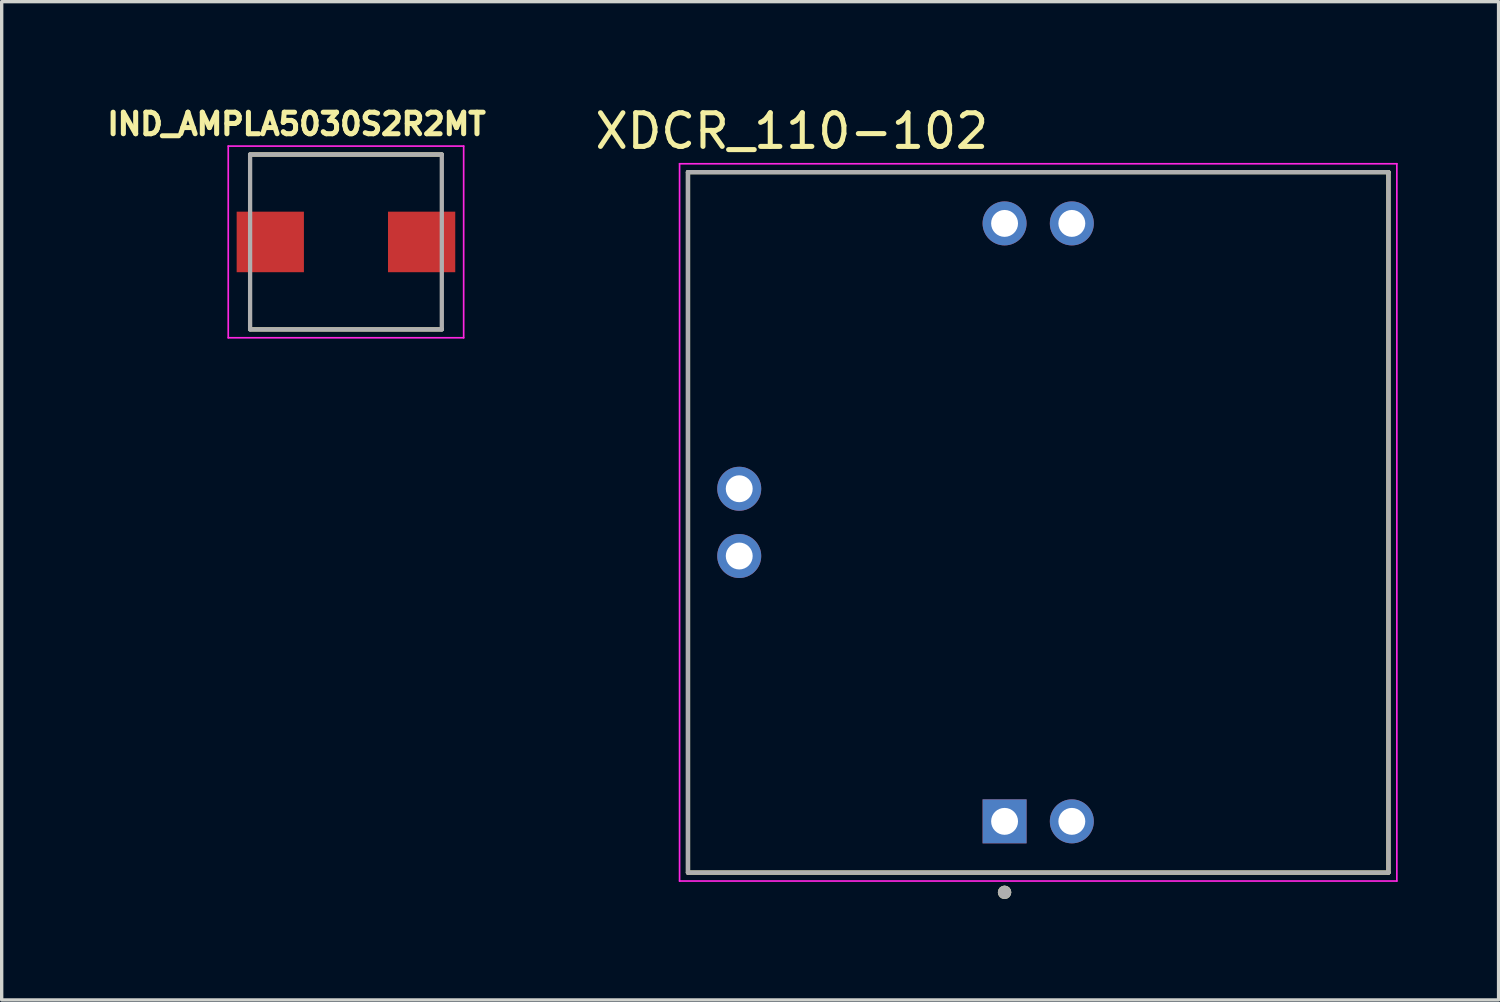
<source format=kicad_pcb>
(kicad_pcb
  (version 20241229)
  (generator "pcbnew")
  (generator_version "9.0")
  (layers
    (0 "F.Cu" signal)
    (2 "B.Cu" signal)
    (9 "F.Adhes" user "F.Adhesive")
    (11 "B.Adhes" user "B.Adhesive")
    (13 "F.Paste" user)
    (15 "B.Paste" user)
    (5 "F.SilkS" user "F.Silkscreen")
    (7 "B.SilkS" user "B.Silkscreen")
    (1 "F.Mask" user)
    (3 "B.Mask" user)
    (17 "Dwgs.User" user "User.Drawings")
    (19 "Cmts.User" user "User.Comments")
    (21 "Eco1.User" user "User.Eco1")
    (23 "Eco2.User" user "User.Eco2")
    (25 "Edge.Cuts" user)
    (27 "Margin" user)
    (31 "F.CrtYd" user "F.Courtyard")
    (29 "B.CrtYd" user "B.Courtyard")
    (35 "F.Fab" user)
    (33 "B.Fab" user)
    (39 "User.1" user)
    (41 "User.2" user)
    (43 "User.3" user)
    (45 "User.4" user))
  (footprint "IND_AMPLA5030S2R2MT"
    (layer "F.Cu")
    (at 7.237 4.144)
    (property "Reference" "IND_AMPLA5030S2R2MT" (at -1.468 -3.506 0) (layer "F.SilkS") (effects (font (size 0.64 0.64) (thickness 0.15))))
    (attr through_hole)
    (fp_line (start -2.85 -2.6) (end 2.85 -2.6) (stroke (width 0.127) (type solid)) (layer "F.SilkS"))
    (fp_line (start -2.85 2.6) (end 2.85 2.6) (stroke (width 0.127) (type solid)) (layer "F.SilkS"))
    (fp_line (start -3.5 -2.85) (end -3.5 2.85) (stroke (width 0.05) (type solid)) (layer "F.CrtYd"))
    (fp_line (start -3.5 2.85) (end 3.5 2.85) (stroke (width 0.05) (type solid)) (layer "F.CrtYd"))
    (fp_line (start 3.5 -2.85) (end -3.5 -2.85) (stroke (width 0.05) (type solid)) (layer "F.CrtYd"))
    (fp_line (start 3.5 2.85) (end 3.5 -2.85) (stroke (width 0.05) (type solid)) (layer "F.CrtYd"))
    (fp_line (start -2.85 -2.6) (end -2.85 2.6) (stroke (width 0.127) (type solid)) (layer "F.Fab"))
    (fp_line (start -2.85 -2.6) (end 2.85 -2.6) (stroke (width 0.127) (type solid)) (layer "F.Fab"))
    (fp_line (start -2.85 2.6) (end 2.85 2.6) (stroke (width 0.127) (type solid)) (layer "F.Fab"))
    (fp_line (start 2.85 -2.6) (end 2.85 2.6) (stroke (width 0.127) (type solid)) (layer "F.Fab"))
    (pad "1" smd rect (at -2.25 0) (size 2 1.8) (layers "F.Cu" "F.Mask" "F.Paste"))
    (pad "2" smd rect (at 2.25 0) (size 2 1.8) (layers "F.Cu" "F.Mask" "F.Paste")))
  (footprint "XDCR_110-102"
    (layer "F.Cu")
    (at 27.821 12.483)
    (property "Reference" "XDCR_110-102" (at -7.325 -11.635 0) (layer "F.SilkS") (effects (font (size 1 1) (thickness 0.15))))
    (attr through_hole)
    (fp_line (start -10.414 -10.414) (end -10.414 10.414) (stroke (width 0.127) (type solid)) (layer "F.SilkS"))
    (fp_line (start -10.414 10.414) (end 10.414 10.414) (stroke (width 0.127) (type solid)) (layer "F.SilkS"))
    (fp_line (start 10.414 -10.414) (end -10.414 -10.414) (stroke (width 0.127) (type solid)) (layer "F.SilkS"))
    (fp_line (start 10.414 10.414) (end 10.414 -10.414) (stroke (width 0.127) (type solid)) (layer "F.SilkS"))
    (fp_circle (center -1 11) (end -0.9 11) (stroke (width 0.2) (type solid)) (fill no) (layer "F.SilkS"))
    (fp_line (start -10.664 -10.664) (end -10.664 10.664) (stroke (width 0.05) (type solid)) (layer "F.CrtYd"))
    (fp_line (start -10.664 10.664) (end 10.664 10.664) (stroke (width 0.05) (type solid)) (layer "F.CrtYd"))
    (fp_line (start 10.664 -10.664) (end -10.664 -10.664) (stroke (width 0.05) (type solid)) (layer "F.CrtYd"))
    (fp_line (start 10.664 10.664) (end 10.664 -10.664) (stroke (width 0.05) (type solid)) (layer "F.CrtYd"))
    (fp_line (start -10.414 -10.414) (end -10.414 10.414) (stroke (width 0.127) (type solid)) (layer "F.Fab"))
    (fp_line (start -10.414 10.414) (end 10.414 10.414) (stroke (width 0.127) (type solid)) (layer "F.Fab"))
    (fp_line (start 10.414 -10.414) (end -10.414 -10.414) (stroke (width 0.127) (type solid)) (layer "F.Fab"))
    (fp_line (start 10.414 10.414) (end 10.414 -10.414) (stroke (width 0.127) (type solid)) (layer "F.Fab"))
    (fp_circle (center -1 11) (end -0.9 11) (stroke (width 0.2) (type solid)) (fill no) (layer "F.Fab"))
    (pad "1" thru_hole rect (at -1 8.89) (size 1.308 1.308) (drill 0.8) (layers "*.Cu" "*.Mask"))
    (pad "2" thru_hole circle (at -8.89 1) (size 1.308 1.308) (drill 0.8) (layers "*.Cu" "*.Mask"))
    (pad "3" thru_hole circle (at -8.89 -1) (size 1.308 1.308) (drill 0.8) (layers "*.Cu" "*.Mask"))
    (pad "4" thru_hole circle (at -1 -8.89) (size 1.308 1.308) (drill 0.8) (layers "*.Cu" "*.Mask"))
    (pad "5" thru_hole circle (at 1 -8.89) (size 1.308 1.308) (drill 0.8) (layers "*.Cu" "*.Mask"))
    (pad "6" thru_hole circle (at 1 8.89) (size 1.308 1.308) (drill 0.8) (layers "*.Cu" "*.Mask"))
    (zone (net_name "") (layer "F.Cu") (hatch full 0.508) (connect_pads) (min_thickness 0.01) (filled_areas_thickness no) (keepout (tracks not_allowed) (vias not_allowed) (pads not_allowed) (copperpour not_allowed) (footprints allowed)) (placement (enabled no)) (fill) (polygon (pts (xy 21.766 8.248) (xy 21.861 8.246) (xy 21.956 8.238) (xy 22.051 8.226) (xy 22.144 8.208) (xy 22.237 8.186) (xy 22.328 8.159) (xy 22.418 8.127) (xy 22.506 8.091) (xy 22.592 8.05) (xy 22.676 8.004) (xy 22.757 7.954) (xy 22.836 7.9) (xy 22.911 7.842) (xy 22.984 7.781) (xy 23.053 7.715) (xy 23.119 7.646) (xy 23.18 7.573) (xy 23.238 7.498) (xy 23.292 7.419) (xy 23.342 7.338) (xy 23.388 7.254) (xy 23.429 7.168) (xy 23.465 7.08) (xy 23.497 6.99) (xy 23.524 6.899) (xy 23.546 6.806) (xy 23.564 6.713) (xy 23.576 6.618) (xy 23.584 6.523) (xy 23.586 6.428) (xy 23.588 6.333) (xy 23.596 6.238) (xy 23.608 6.143) (xy 23.626 6.05) (xy 23.648 5.957) (xy 23.675 5.866) (xy 23.707 5.776) (xy 23.743 5.688) (xy 23.784 5.602) (xy 23.83 5.518) (xy 23.88 5.437) (xy 23.934 5.358) (xy 23.992 5.283) (xy 24.053 5.21) (xy 24.119 5.141) (xy 24.188 5.075) (xy 24.261 5.014) (xy 24.336 4.956) (xy 24.415 4.902) (xy 24.496 4.852) (xy 24.58 4.806) (xy 24.666 4.765) (xy 24.754 4.729) (xy 24.844 4.697) (xy 24.935 4.67) (xy 25.028 4.648) (xy 25.121 4.63) (xy 25.216 4.618) (xy 25.311 4.61) (xy 25.406 4.608) (xy 30.236 4.608) (xy 30.331 4.61) (xy 30.426 4.618) (xy 30.521 4.63) (xy 30.614 4.648) (xy 30.707 4.67) (xy 30.798 4.697) (xy 30.888 4.729) (xy 30.976 4.765) (xy 31.062 4.806) (xy 31.146 4.852) (xy 31.227 4.902) (xy 31.306 4.956) (xy 31.381 5.014) (xy 31.454 5.075) (xy 31.523 5.141) (xy 31.589 5.21) (xy 31.65 5.283) (xy 31.708 5.358) (xy 31.762 5.437) (xy 31.812 5.518) (xy 31.858 5.602) (xy 31.899 5.688) (xy 31.935 5.776) (xy 31.967 5.866) (xy 31.994 5.957) (xy 32.016 6.05) (xy 32.034 6.143) (xy 32.046 6.238) (xy 32.054 6.333) (xy 32.056 6.428) (xy 32.058 6.523) (xy 32.066 6.618) (xy 32.078 6.713) (xy 32.096 6.806) (xy 32.118 6.899) (xy 32.145 6.99) (xy 32.177 7.08) (xy 32.213 7.168) (xy 32.254 7.254) (xy 32.3 7.338) (xy 32.35 7.419) (xy 32.404 7.498) (xy 32.462 7.573) (xy 32.523 7.646) (xy 32.589 7.715) (xy 32.658 7.781) (xy 32.731 7.842) (xy 32.806 7.9) (xy 32.885 7.954) (xy 32.966 8.004) (xy 33.05 8.05) (xy 33.136 8.091) (xy 33.224 8.127) (xy 33.314 8.159) (xy 33.405 8.186) (xy 33.498 8.208) (xy 33.591 8.226) (xy 33.686 8.238) (xy 33.781 8.246) (xy 33.876 8.248) (xy 33.971 8.25) (xy 34.066 8.258) (xy 34.161 8.27) (xy 34.254 8.288) (xy 34.347 8.31) (xy 34.438 8.337) (xy 34.528 8.369) (xy 34.616 8.405) (xy 34.702 8.446) (xy 34.786 8.492) (xy 34.867 8.542) (xy 34.946 8.596) (xy 35.021 8.654) (xy 35.094 8.715) (xy 35.163 8.781) (xy 35.229 8.85) (xy 35.29 8.923) (xy 35.348 8.998) (xy 35.402 9.077) (xy 35.452 9.158) (xy 35.498 9.242) (xy 35.539 9.328) (xy 35.575 9.416) (xy 35.607 9.506) (xy 35.634 9.597) (xy 35.656 9.69) (xy 35.674 9.783) (xy 35.686 9.878) (xy 35.694 9.973) (xy 35.696 10.068) (xy 35.696 14.898) (xy 35.694 14.993) (xy 35.686 15.088) (xy 35.674 15.183) (xy 35.656 15.276) (xy 35.634 15.369) (xy 35.607 15.46) (xy 35.575 15.55) (xy 35.539 15.638) (xy 35.498 15.724) (xy 35.452 15.808) (xy 35.402 15.889) (xy 35.348 15.968) (xy 35.29 16.043) (xy 35.229 16.116) (xy 35.163 16.185) (xy 35.094 16.251) (xy 35.021 16.312) (xy 34.946 16.37) (xy 34.867 16.424) (xy 34.786 16.474) (xy 34.702 16.52) (xy 34.616 16.561) (xy 34.528 16.597) (xy 34.438 16.629) (xy 34.347 16.656) (xy 34.254 16.678) (xy 34.161 16.696) (xy 34.066 16.708) (xy 33.971 16.716) (xy 33.876 16.718) (xy 33.781 16.72) (xy 33.686 16.728) (xy 33.591 16.74) (xy 33.498 16.758) (xy 33.405 16.78) (xy 33.314 16.807) (xy 33.224 16.839) (xy 33.136 16.875) (xy 33.05 16.916) (xy 32.966 16.962) (xy 32.885 17.012) (xy 32.806 17.066) (xy 32.731 17.124) (xy 32.658 17.185) (xy 32.589 17.251) (xy 32.523 17.32) (xy 32.462 17.393) (xy 32.404 17.468) (xy 32.35 17.547) (xy 32.3 17.628) (xy 32.254 17.712) (xy 32.213 17.798) (xy 32.177 17.886) (xy 32.145 17.976) (xy 32.118 18.067) (xy 32.096 18.16) (xy 32.078 18.253) (xy 32.066 18.348) (xy 32.058 18.443) (xy 32.056 18.538) (xy 32.054 18.633) (xy 32.046 18.728) (xy 32.034 18.823) (xy 32.016 18.916) (xy 31.994 19.009) (xy 31.967 19.1) (xy 31.935 19.19) (xy 31.899 19.278) (xy 31.858 19.364) (xy 31.812 19.448) (xy 31.762 19.529) (xy 31.708 19.608) (xy 31.65 19.683) (xy 31.589 19.756) (xy 31.523 19.825) (xy 31.454 19.891) (xy 31.381 19.952) (xy 31.306 20.01) (xy 31.227 20.064) (xy 31.146 20.114) (xy 31.062 20.16) (xy 30.976 20.201) (xy 30.888 20.237) (xy 30.798 20.269) (xy 30.707 20.296) (xy 30.614 20.318) (xy 30.521 20.336) (xy 30.426 20.348) (xy 30.331 20.356) (xy 30.236 20.358) (xy 25.406 20.358) (xy 25.311 20.356) (xy 25.216 20.348) (xy 25.121 20.336) (xy 25.028 20.318) (xy 24.935 20.296) (xy 24.844 20.269) (xy 24.754 20.237) (xy 24.666 20.201) (xy 24.58 20.16) (xy 24.496 20.114) (xy 24.415 20.064) (xy 24.336 20.01) (xy 24.261 19.952) (xy 24.188 19.891) (xy 24.119 19.825) (xy 24.053 19.756) (xy 23.992 19.683) (xy 23.934 19.608) (xy 23.88 19.529) (xy 23.83 19.448) (xy 23.784 19.364) (xy 23.743 19.278) (xy 23.707 19.19) (xy 23.675 19.1) (xy 23.648 19.009) (xy 23.626 18.916) (xy 23.608 18.823) (xy 23.596 18.728) (xy 23.588 18.633) (xy 23.586 18.538) (xy 23.584 18.443) (xy 23.576 18.348) (xy 23.564 18.253) (xy 23.546 18.16) (xy 23.524 18.067) (xy 23.497 17.976) (xy 23.465 17.886) (xy 23.429 17.798) (xy 23.388 17.712) (xy 23.342 17.628) (xy 23.292 17.547) (xy 23.238 17.468) (xy 23.18 17.393) (xy 23.119 17.32) (xy 23.053 17.251) (xy 22.984 17.185) (xy 22.911 17.124) (xy 22.836 17.066) (xy 22.757 17.012) (xy 22.676 16.962) (xy 22.592 16.916) (xy 22.506 16.875) (xy 22.418 16.839) (xy 22.328 16.807) (xy 22.237 16.78) (xy 22.144 16.758) (xy 22.051 16.74) (xy 21.956 16.728) (xy 21.861 16.72) (xy 21.766 16.718) (xy 21.671 16.716) (xy 21.576 16.708) (xy 21.481 16.696) (xy 21.388 16.678) (xy 21.295 16.656) (xy 21.204 16.629) (xy 21.114 16.597) (xy 21.026 16.561) (xy 20.94 16.52) (xy 20.856 16.474) (xy 20.775 16.424) (xy 20.696 16.37) (xy 20.621 16.312) (xy 20.548 16.251) (xy 20.479 16.185) (xy 20.413 16.116) (xy 20.352 16.043) (xy 20.294 15.968) (xy 20.24 15.889) (xy 20.19 15.808) (xy 20.144 15.724) (xy 20.103 15.638) (xy 20.067 15.55) (xy 20.035 15.46) (xy 20.008 15.369) (xy 19.986 15.276) (xy 19.968 15.183) (xy 19.956 15.088) (xy 19.948 14.993) (xy 19.946 14.898) (xy 19.946 10.068) (xy 19.948 9.973) (xy 19.956 9.878) (xy 19.968 9.783) (xy 19.986 9.69) (xy 20.008 9.597) (xy 20.035 9.506) (xy 20.067 9.416) (xy 20.103 9.328) (xy 20.144 9.242) (xy 20.19 9.158) (xy 20.24 9.077) (xy 20.294 8.998) (xy 20.352 8.923) (xy 20.413 8.85) (xy 20.479 8.781) (xy 20.548 8.715) (xy 20.621 8.654) (xy 20.696 8.596) (xy 20.775 8.542) (xy 20.856 8.492) (xy 20.94 8.446) (xy 21.026 8.405) (xy 21.114 8.369) (xy 21.204 8.337) (xy 21.295 8.31) (xy 21.388 8.288) (xy 21.481 8.27) (xy 21.576 8.258) (xy 21.671 8.25))))
    (zone (net_name "") (layers "F.Cu" "B.Cu") (hatch full 0.508) (connect_pads) (min_thickness 0.01) (filled_areas_thickness no) (keepout (tracks allowed) (vias not_allowed) (pads allowed) (copperpour allowed) (footprints allowed)) (placement (enabled no)) (fill) (polygon (pts (xy 21.766 8.248) (xy 21.861 8.246) (xy 21.956 8.238) (xy 22.051 8.226) (xy 22.144 8.208) (xy 22.237 8.186) (xy 22.328 8.159) (xy 22.418 8.127) (xy 22.506 8.091) (xy 22.592 8.05) (xy 22.676 8.004) (xy 22.757 7.954) (xy 22.836 7.9) (xy 22.911 7.842) (xy 22.984 7.781) (xy 23.053 7.715) (xy 23.119 7.646) (xy 23.18 7.573) (xy 23.238 7.498) (xy 23.292 7.419) (xy 23.342 7.338) (xy 23.388 7.254) (xy 23.429 7.168) (xy 23.465 7.08) (xy 23.497 6.99) (xy 23.524 6.899) (xy 23.546 6.806) (xy 23.564 6.713) (xy 23.576 6.618) (xy 23.584 6.523) (xy 23.586 6.428) (xy 23.588 6.333) (xy 23.596 6.238) (xy 23.608 6.143) (xy 23.626 6.05) (xy 23.648 5.957) (xy 23.675 5.866) (xy 23.707 5.776) (xy 23.743 5.688) (xy 23.784 5.602) (xy 23.83 5.518) (xy 23.88 5.437) (xy 23.934 5.358) (xy 23.992 5.283) (xy 24.053 5.21) (xy 24.119 5.141) (xy 24.188 5.075) (xy 24.261 5.014) (xy 24.336 4.956) (xy 24.415 4.902) (xy 24.496 4.852) (xy 24.58 4.806) (xy 24.666 4.765) (xy 24.754 4.729) (xy 24.844 4.697) (xy 24.935 4.67) (xy 25.028 4.648) (xy 25.121 4.63) (xy 25.216 4.618) (xy 25.311 4.61) (xy 25.406 4.608) (xy 30.236 4.608) (xy 30.331 4.61) (xy 30.426 4.618) (xy 30.521 4.63) (xy 30.614 4.648) (xy 30.707 4.67) (xy 30.798 4.697) (xy 30.888 4.729) (xy 30.976 4.765) (xy 31.062 4.806) (xy 31.146 4.852) (xy 31.227 4.902) (xy 31.306 4.956) (xy 31.381 5.014) (xy 31.454 5.075) (xy 31.523 5.141) (xy 31.589 5.21) (xy 31.65 5.283) (xy 31.708 5.358) (xy 31.762 5.437) (xy 31.812 5.518) (xy 31.858 5.602) (xy 31.899 5.688) (xy 31.935 5.776) (xy 31.967 5.866) (xy 31.994 5.957) (xy 32.016 6.05) (xy 32.034 6.143) (xy 32.046 6.238) (xy 32.054 6.333) (xy 32.056 6.428) (xy 32.058 6.523) (xy 32.066 6.618) (xy 32.078 6.713) (xy 32.096 6.806) (xy 32.118 6.899) (xy 32.145 6.99) (xy 32.177 7.08) (xy 32.213 7.168) (xy 32.254 7.254) (xy 32.3 7.338) (xy 32.35 7.419) (xy 32.404 7.498) (xy 32.462 7.573) (xy 32.523 7.646) (xy 32.589 7.715) (xy 32.658 7.781) (xy 32.731 7.842) (xy 32.806 7.9) (xy 32.885 7.954) (xy 32.966 8.004) (xy 33.05 8.05) (xy 33.136 8.091) (xy 33.224 8.127) (xy 33.314 8.159) (xy 33.405 8.186) (xy 33.498 8.208) (xy 33.591 8.226) (xy 33.686 8.238) (xy 33.781 8.246) (xy 33.876 8.248) (xy 33.971 8.25) (xy 34.066 8.258) (xy 34.161 8.27) (xy 34.254 8.288) (xy 34.347 8.31) (xy 34.438 8.337) (xy 34.528 8.369) (xy 34.616 8.405) (xy 34.702 8.446) (xy 34.786 8.492) (xy 34.867 8.542) (xy 34.946 8.596) (xy 35.021 8.654) (xy 35.094 8.715) (xy 35.163 8.781) (xy 35.229 8.85) (xy 35.29 8.923) (xy 35.348 8.998) (xy 35.402 9.077) (xy 35.452 9.158) (xy 35.498 9.242) (xy 35.539 9.328) (xy 35.575 9.416) (xy 35.607 9.506) (xy 35.634 9.597) (xy 35.656 9.69) (xy 35.674 9.783) (xy 35.686 9.878) (xy 35.694 9.973) (xy 35.696 10.068) (xy 35.696 14.898) (xy 35.694 14.993) (xy 35.686 15.088) (xy 35.674 15.183) (xy 35.656 15.276) (xy 35.634 15.369) (xy 35.607 15.46) (xy 35.575 15.55) (xy 35.539 15.638) (xy 35.498 15.724) (xy 35.452 15.808) (xy 35.402 15.889) (xy 35.348 15.968) (xy 35.29 16.043) (xy 35.229 16.116) (xy 35.163 16.185) (xy 35.094 16.251) (xy 35.021 16.312) (xy 34.946 16.37) (xy 34.867 16.424) (xy 34.786 16.474) (xy 34.702 16.52) (xy 34.616 16.561) (xy 34.528 16.597) (xy 34.438 16.629) (xy 34.347 16.656) (xy 34.254 16.678) (xy 34.161 16.696) (xy 34.066 16.708) (xy 33.971 16.716) (xy 33.876 16.718) (xy 33.781 16.72) (xy 33.686 16.728) (xy 33.591 16.74) (xy 33.498 16.758) (xy 33.405 16.78) (xy 33.314 16.807) (xy 33.224 16.839) (xy 33.136 16.875) (xy 33.05 16.916) (xy 32.966 16.962) (xy 32.885 17.012) (xy 32.806 17.066) (xy 32.731 17.124) (xy 32.658 17.185) (xy 32.589 17.251) (xy 32.523 17.32) (xy 32.462 17.393) (xy 32.404 17.468) (xy 32.35 17.547) (xy 32.3 17.628) (xy 32.254 17.712) (xy 32.213 17.798) (xy 32.177 17.886) (xy 32.145 17.976) (xy 32.118 18.067) (xy 32.096 18.16) (xy 32.078 18.253) (xy 32.066 18.348) (xy 32.058 18.443) (xy 32.056 18.538) (xy 32.054 18.633) (xy 32.046 18.728) (xy 32.034 18.823) (xy 32.016 18.916) (xy 31.994 19.009) (xy 31.967 19.1) (xy 31.935 19.19) (xy 31.899 19.278) (xy 31.858 19.364) (xy 31.812 19.448) (xy 31.762 19.529) (xy 31.708 19.608) (xy 31.65 19.683) (xy 31.589 19.756) (xy 31.523 19.825) (xy 31.454 19.891) (xy 31.381 19.952) (xy 31.306 20.01) (xy 31.227 20.064) (xy 31.146 20.114) (xy 31.062 20.16) (xy 30.976 20.201) (xy 30.888 20.237) (xy 30.798 20.269) (xy 30.707 20.296) (xy 30.614 20.318) (xy 30.521 20.336) (xy 30.426 20.348) (xy 30.331 20.356) (xy 30.236 20.358) (xy 25.406 20.358) (xy 25.311 20.356) (xy 25.216 20.348) (xy 25.121 20.336) (xy 25.028 20.318) (xy 24.935 20.296) (xy 24.844 20.269) (xy 24.754 20.237) (xy 24.666 20.201) (xy 24.58 20.16) (xy 24.496 20.114) (xy 24.415 20.064) (xy 24.336 20.01) (xy 24.261 19.952) (xy 24.188 19.891) (xy 24.119 19.825) (xy 24.053 19.756) (xy 23.992 19.683) (xy 23.934 19.608) (xy 23.88 19.529) (xy 23.83 19.448) (xy 23.784 19.364) (xy 23.743 19.278) (xy 23.707 19.19) (xy 23.675 19.1) (xy 23.648 19.009) (xy 23.626 18.916) (xy 23.608 18.823) (xy 23.596 18.728) (xy 23.588 18.633) (xy 23.586 18.538) (xy 23.584 18.443) (xy 23.576 18.348) (xy 23.564 18.253) (xy 23.546 18.16) (xy 23.524 18.067) (xy 23.497 17.976) (xy 23.465 17.886) (xy 23.429 17.798) (xy 23.388 17.712) (xy 23.342 17.628) (xy 23.292 17.547) (xy 23.238 17.468) (xy 23.18 17.393) (xy 23.119 17.32) (xy 23.053 17.251) (xy 22.984 17.185) (xy 22.911 17.124) (xy 22.836 17.066) (xy 22.757 17.012) (xy 22.676 16.962) (xy 22.592 16.916) (xy 22.506 16.875) (xy 22.418 16.839) (xy 22.328 16.807) (xy 22.237 16.78) (xy 22.144 16.758) (xy 22.051 16.74) (xy 21.956 16.728) (xy 21.861 16.72) (xy 21.766 16.718) (xy 21.671 16.716) (xy 21.576 16.708) (xy 21.481 16.696) (xy 21.388 16.678) (xy 21.295 16.656) (xy 21.204 16.629) (xy 21.114 16.597) (xy 21.026 16.561) (xy 20.94 16.52) (xy 20.856 16.474) (xy 20.775 16.424) (xy 20.696 16.37) (xy 20.621 16.312) (xy 20.548 16.251) (xy 20.479 16.185) (xy 20.413 16.116) (xy 20.352 16.043) (xy 20.294 15.968) (xy 20.24 15.889) (xy 20.19 15.808) (xy 20.144 15.724) (xy 20.103 15.638) (xy 20.067 15.55) (xy 20.035 15.46) (xy 20.008 15.369) (xy 19.986 15.276) (xy 19.968 15.183) (xy 19.956 15.088) (xy 19.948 14.993) (xy 19.946 14.898) (xy 19.946 10.068) (xy 19.948 9.973) (xy 19.956 9.878) (xy 19.968 9.783) (xy 19.986 9.69) (xy 20.008 9.597) (xy 20.035 9.506) (xy 20.067 9.416) (xy 20.103 9.328) (xy 20.144 9.242) (xy 20.19 9.158) (xy 20.24 9.077) (xy 20.294 8.998) (xy 20.352 8.923) (xy 20.413 8.85) (xy 20.479 8.781) (xy 20.548 8.715) (xy 20.621 8.654) (xy 20.696 8.596) (xy 20.775 8.542) (xy 20.856 8.492) (xy 20.94 8.446) (xy 21.026 8.405) (xy 21.114 8.369) (xy 21.204 8.337) (xy 21.295 8.31) (xy 21.388 8.288) (xy 21.481 8.27) (xy 21.576 8.258) (xy 21.671 8.25)))))
  (gr_rect
    (start -3 -3)
    (end 41.51 26.683)
    (stroke (width 0.1) (type default))
    (fill no)
    (layer "Edge.Cuts")))
</source>
